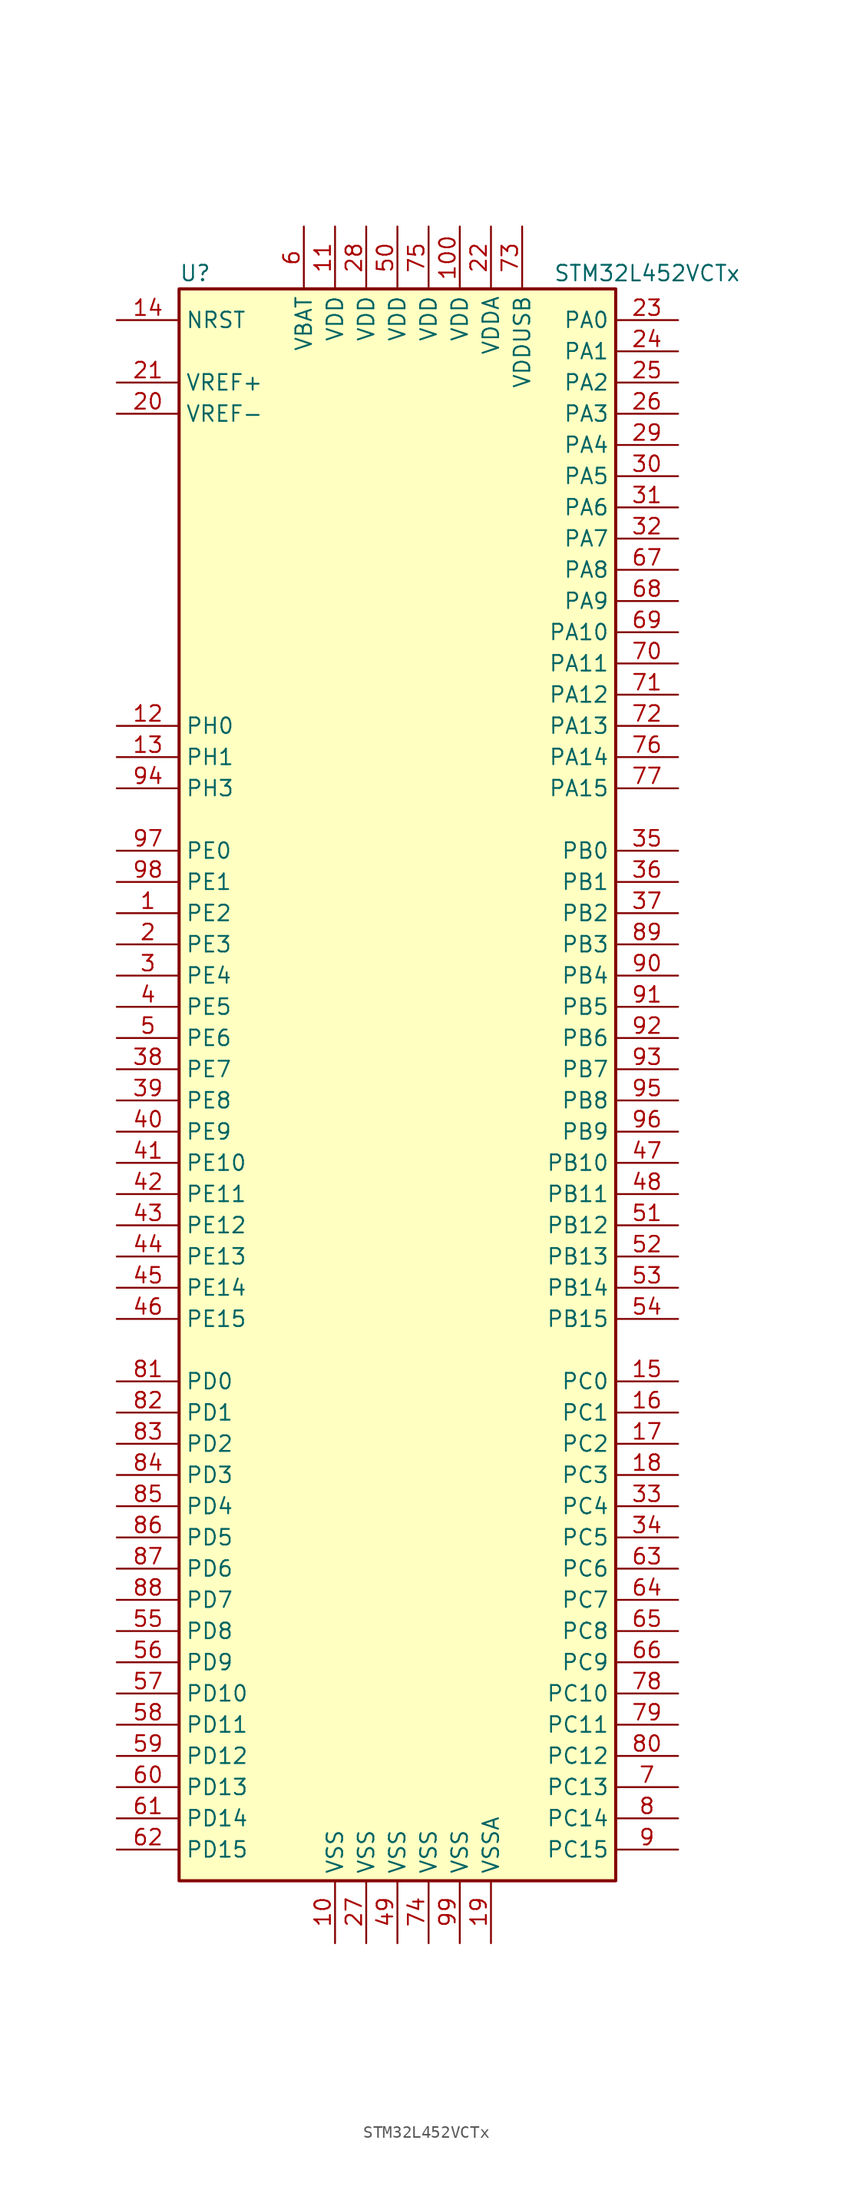
<source format=kicad_sym>
(kicad_symbol_lib
  (version 20201005)
  (generator kicad_symbol_editor)
  (symbol "STM32L452VCTx"
    (property "Reference" "U"
      (at -17.78 64.77 0)
      (effects (font (size 1.27 1.27)) (justify left)))
    (property "Value" "STM32L452VCTx"
      (at 12.7 64.77 0)
      (effects (font (size 1.27 1.27)) (justify left)))
    (symbol "STM32L452VCTx_0_1"
      (rectangle (start -17.78 -66.04) (end 17.78 63.5) (stroke (width 0.254)) (fill (type background))))
    (symbol "STM32L452VCTx_1_1"
      (pin bidirectional line (at -22.86 12.7 0) (length 5.08) (name "PE2" (effects (font (size 1.27 1.27)))) (number "1" (effects (font (size 1.27 1.27)))))
      (pin power_in line (at -5.08 -71.12 90) (length 5.08) (name "VSS" (effects (font (size 1.27 1.27)))) (number "10" (effects (font (size 1.27 1.27)))))
      (pin power_in line (at 5.08 68.58 270) (length 5.08) (name "VDD" (effects (font (size 1.27 1.27)))) (number "100" (effects (font (size 1.27 1.27)))))
      (pin power_in line (at -5.08 68.58 270) (length 5.08) (name "VDD" (effects (font (size 1.27 1.27)))) (number "11" (effects (font (size 1.27 1.27)))))
      (pin input line (at -22.86 27.94 0) (length 5.08) (name "PH0" (effects (font (size 1.27 1.27)))) (number "12" (effects (font (size 1.27 1.27)))))
      (pin input line (at -22.86 25.4 0) (length 5.08) (name "PH1" (effects (font (size 1.27 1.27)))) (number "13" (effects (font (size 1.27 1.27)))))
      (pin input line (at -22.86 60.96 0) (length 5.08) (name "NRST" (effects (font (size 1.27 1.27)))) (number "14" (effects (font (size 1.27 1.27)))))
      (pin bidirectional line (at 22.86 -25.4 180) (length 5.08) (name "PC0" (effects (font (size 1.27 1.27)))) (number "15" (effects (font (size 1.27 1.27)))))
      (pin bidirectional line (at 22.86 -27.94 180) (length 5.08) (name "PC1" (effects (font (size 1.27 1.27)))) (number "16" (effects (font (size 1.27 1.27)))))
      (pin bidirectional line (at 22.86 -30.48 180) (length 5.08) (name "PC2" (effects (font (size 1.27 1.27)))) (number "17" (effects (font (size 1.27 1.27)))))
      (pin bidirectional line (at 22.86 -33.02 180) (length 5.08) (name "PC3" (effects (font (size 1.27 1.27)))) (number "18" (effects (font (size 1.27 1.27)))))
      (pin power_in line (at 7.62 -71.12 90) (length 5.08) (name "VSSA" (effects (font (size 1.27 1.27)))) (number "19" (effects (font (size 1.27 1.27)))))
      (pin bidirectional line (at -22.86 10.16 0) (length 5.08) (name "PE3" (effects (font (size 1.27 1.27)))) (number "2" (effects (font (size 1.27 1.27)))))
      (pin power_in line (at -22.86 53.34 0) (length 5.08) (name "VREF-" (effects (font (size 1.27 1.27)))) (number "20" (effects (font (size 1.27 1.27)))))
      (pin bidirectional line (at -22.86 55.88 0) (length 5.08) (name "VREF+" (effects (font (size 1.27 1.27)))) (number "21" (effects (font (size 1.27 1.27)))))
      (pin power_in line (at 7.62 68.58 270) (length 5.08) (name "VDDA" (effects (font (size 1.27 1.27)))) (number "22" (effects (font (size 1.27 1.27)))))
      (pin bidirectional line (at 22.86 60.96 180) (length 5.08) (name "PA0" (effects (font (size 1.27 1.27)))) (number "23" (effects (font (size 1.27 1.27)))))
      (pin bidirectional line (at 22.86 58.42 180) (length 5.08) (name "PA1" (effects (font (size 1.27 1.27)))) (number "24" (effects (font (size 1.27 1.27)))))
      (pin bidirectional line (at 22.86 55.88 180) (length 5.08) (name "PA2" (effects (font (size 1.27 1.27)))) (number "25" (effects (font (size 1.27 1.27)))))
      (pin bidirectional line (at 22.86 53.34 180) (length 5.08) (name "PA3" (effects (font (size 1.27 1.27)))) (number "26" (effects (font (size 1.27 1.27)))))
      (pin power_in line (at -2.54 -71.12 90) (length 5.08) (name "VSS" (effects (font (size 1.27 1.27)))) (number "27" (effects (font (size 1.27 1.27)))))
      (pin power_in line (at -2.54 68.58 270) (length 5.08) (name "VDD" (effects (font (size 1.27 1.27)))) (number "28" (effects (font (size 1.27 1.27)))))
      (pin bidirectional line (at 22.86 50.8 180) (length 5.08) (name "PA4" (effects (font (size 1.27 1.27)))) (number "29" (effects (font (size 1.27 1.27)))))
      (pin bidirectional line (at -22.86 7.62 0) (length 5.08) (name "PE4" (effects (font (size 1.27 1.27)))) (number "3" (effects (font (size 1.27 1.27)))))
      (pin bidirectional line (at 22.86 48.26 180) (length 5.08) (name "PA5" (effects (font (size 1.27 1.27)))) (number "30" (effects (font (size 1.27 1.27)))))
      (pin bidirectional line (at 22.86 45.72 180) (length 5.08) (name "PA6" (effects (font (size 1.27 1.27)))) (number "31" (effects (font (size 1.27 1.27)))))
      (pin bidirectional line (at 22.86 43.18 180) (length 5.08) (name "PA7" (effects (font (size 1.27 1.27)))) (number "32" (effects (font (size 1.27 1.27)))))
      (pin bidirectional line (at 22.86 -35.56 180) (length 5.08) (name "PC4" (effects (font (size 1.27 1.27)))) (number "33" (effects (font (size 1.27 1.27)))))
      (pin bidirectional line (at 22.86 -38.1 180) (length 5.08) (name "PC5" (effects (font (size 1.27 1.27)))) (number "34" (effects (font (size 1.27 1.27)))))
      (pin bidirectional line (at 22.86 17.78 180) (length 5.08) (name "PB0" (effects (font (size 1.27 1.27)))) (number "35" (effects (font (size 1.27 1.27)))))
      (pin bidirectional line (at 22.86 15.24 180) (length 5.08) (name "PB1" (effects (font (size 1.27 1.27)))) (number "36" (effects (font (size 1.27 1.27)))))
      (pin bidirectional line (at 22.86 12.7 180) (length 5.08) (name "PB2" (effects (font (size 1.27 1.27)))) (number "37" (effects (font (size 1.27 1.27)))))
      (pin bidirectional line (at -22.86 0 0) (length 5.08) (name "PE7" (effects (font (size 1.27 1.27)))) (number "38" (effects (font (size 1.27 1.27)))))
      (pin bidirectional line (at -22.86 -2.54 0) (length 5.08) (name "PE8" (effects (font (size 1.27 1.27)))) (number "39" (effects (font (size 1.27 1.27)))))
      (pin bidirectional line (at -22.86 5.08 0) (length 5.08) (name "PE5" (effects (font (size 1.27 1.27)))) (number "4" (effects (font (size 1.27 1.27)))))
      (pin bidirectional line (at -22.86 -5.08 0) (length 5.08) (name "PE9" (effects (font (size 1.27 1.27)))) (number "40" (effects (font (size 1.27 1.27)))))
      (pin bidirectional line (at -22.86 -7.62 0) (length 5.08) (name "PE10" (effects (font (size 1.27 1.27)))) (number "41" (effects (font (size 1.27 1.27)))))
      (pin bidirectional line (at -22.86 -10.16 0) (length 5.08) (name "PE11" (effects (font (size 1.27 1.27)))) (number "42" (effects (font (size 1.27 1.27)))))
      (pin bidirectional line (at -22.86 -12.7 0) (length 5.08) (name "PE12" (effects (font (size 1.27 1.27)))) (number "43" (effects (font (size 1.27 1.27)))))
      (pin bidirectional line (at -22.86 -15.24 0) (length 5.08) (name "PE13" (effects (font (size 1.27 1.27)))) (number "44" (effects (font (size 1.27 1.27)))))
      (pin bidirectional line (at -22.86 -17.78 0) (length 5.08) (name "PE14" (effects (font (size 1.27 1.27)))) (number "45" (effects (font (size 1.27 1.27)))))
      (pin bidirectional line (at -22.86 -20.32 0) (length 5.08) (name "PE15" (effects (font (size 1.27 1.27)))) (number "46" (effects (font (size 1.27 1.27)))))
      (pin bidirectional line (at 22.86 -7.62 180) (length 5.08) (name "PB10" (effects (font (size 1.27 1.27)))) (number "47" (effects (font (size 1.27 1.27)))))
      (pin bidirectional line (at 22.86 -10.16 180) (length 5.08) (name "PB11" (effects (font (size 1.27 1.27)))) (number "48" (effects (font (size 1.27 1.27)))))
      (pin power_in line (at 0 -71.12 90) (length 5.08) (name "VSS" (effects (font (size 1.27 1.27)))) (number "49" (effects (font (size 1.27 1.27)))))
      (pin bidirectional line (at -22.86 2.54 0) (length 5.08) (name "PE6" (effects (font (size 1.27 1.27)))) (number "5" (effects (font (size 1.27 1.27)))))
      (pin power_in line (at 0 68.58 270) (length 5.08) (name "VDD" (effects (font (size 1.27 1.27)))) (number "50" (effects (font (size 1.27 1.27)))))
      (pin bidirectional line (at 22.86 -12.7 180) (length 5.08) (name "PB12" (effects (font (size 1.27 1.27)))) (number "51" (effects (font (size 1.27 1.27)))))
      (pin bidirectional line (at 22.86 -15.24 180) (length 5.08) (name "PB13" (effects (font (size 1.27 1.27)))) (number "52" (effects (font (size 1.27 1.27)))))
      (pin bidirectional line (at 22.86 -17.78 180) (length 5.08) (name "PB14" (effects (font (size 1.27 1.27)))) (number "53" (effects (font (size 1.27 1.27)))))
      (pin bidirectional line (at 22.86 -20.32 180) (length 5.08) (name "PB15" (effects (font (size 1.27 1.27)))) (number "54" (effects (font (size 1.27 1.27)))))
      (pin bidirectional line (at -22.86 -45.72 0) (length 5.08) (name "PD8" (effects (font (size 1.27 1.27)))) (number "55" (effects (font (size 1.27 1.27)))))
      (pin bidirectional line (at -22.86 -48.26 0) (length 5.08) (name "PD9" (effects (font (size 1.27 1.27)))) (number "56" (effects (font (size 1.27 1.27)))))
      (pin bidirectional line (at -22.86 -50.8 0) (length 5.08) (name "PD10" (effects (font (size 1.27 1.27)))) (number "57" (effects (font (size 1.27 1.27)))))
      (pin bidirectional line (at -22.86 -53.34 0) (length 5.08) (name "PD11" (effects (font (size 1.27 1.27)))) (number "58" (effects (font (size 1.27 1.27)))))
      (pin bidirectional line (at -22.86 -55.88 0) (length 5.08) (name "PD12" (effects (font (size 1.27 1.27)))) (number "59" (effects (font (size 1.27 1.27)))))
      (pin power_in line (at -7.62 68.58 270) (length 5.08) (name "VBAT" (effects (font (size 1.27 1.27)))) (number "6" (effects (font (size 1.27 1.27)))))
      (pin bidirectional line (at -22.86 -58.42 0) (length 5.08) (name "PD13" (effects (font (size 1.27 1.27)))) (number "60" (effects (font (size 1.27 1.27)))))
      (pin bidirectional line (at -22.86 -60.96 0) (length 5.08) (name "PD14" (effects (font (size 1.27 1.27)))) (number "61" (effects (font (size 1.27 1.27)))))
      (pin bidirectional line (at -22.86 -63.5 0) (length 5.08) (name "PD15" (effects (font (size 1.27 1.27)))) (number "62" (effects (font (size 1.27 1.27)))))
      (pin bidirectional line (at 22.86 -40.64 180) (length 5.08) (name "PC6" (effects (font (size 1.27 1.27)))) (number "63" (effects (font (size 1.27 1.27)))))
      (pin bidirectional line (at 22.86 -43.18 180) (length 5.08) (name "PC7" (effects (font (size 1.27 1.27)))) (number "64" (effects (font (size 1.27 1.27)))))
      (pin bidirectional line (at 22.86 -45.72 180) (length 5.08) (name "PC8" (effects (font (size 1.27 1.27)))) (number "65" (effects (font (size 1.27 1.27)))))
      (pin bidirectional line (at 22.86 -48.26 180) (length 5.08) (name "PC9" (effects (font (size 1.27 1.27)))) (number "66" (effects (font (size 1.27 1.27)))))
      (pin bidirectional line (at 22.86 40.64 180) (length 5.08) (name "PA8" (effects (font (size 1.27 1.27)))) (number "67" (effects (font (size 1.27 1.27)))))
      (pin bidirectional line (at 22.86 38.1 180) (length 5.08) (name "PA9" (effects (font (size 1.27 1.27)))) (number "68" (effects (font (size 1.27 1.27)))))
      (pin bidirectional line (at 22.86 35.56 180) (length 5.08) (name "PA10" (effects (font (size 1.27 1.27)))) (number "69" (effects (font (size 1.27 1.27)))))
      (pin bidirectional line (at 22.86 -58.42 180) (length 5.08) (name "PC13" (effects (font (size 1.27 1.27)))) (number "7" (effects (font (size 1.27 1.27)))))
      (pin bidirectional line (at 22.86 33.02 180) (length 5.08) (name "PA11" (effects (font (size 1.27 1.27)))) (number "70" (effects (font (size 1.27 1.27)))))
      (pin bidirectional line (at 22.86 30.48 180) (length 5.08) (name "PA12" (effects (font (size 1.27 1.27)))) (number "71" (effects (font (size 1.27 1.27)))))
      (pin bidirectional line (at 22.86 27.94 180) (length 5.08) (name "PA13" (effects (font (size 1.27 1.27)))) (number "72" (effects (font (size 1.27 1.27)))))
      (pin power_in line (at 10.16 68.58 270) (length 5.08) (name "VDDUSB" (effects (font (size 1.27 1.27)))) (number "73" (effects (font (size 1.27 1.27)))))
      (pin power_in line (at 2.54 -71.12 90) (length 5.08) (name "VSS" (effects (font (size 1.27 1.27)))) (number "74" (effects (font (size 1.27 1.27)))))
      (pin power_in line (at 2.54 68.58 270) (length 5.08) (name "VDD" (effects (font (size 1.27 1.27)))) (number "75" (effects (font (size 1.27 1.27)))))
      (pin bidirectional line (at 22.86 25.4 180) (length 5.08) (name "PA14" (effects (font (size 1.27 1.27)))) (number "76" (effects (font (size 1.27 1.27)))))
      (pin bidirectional line (at 22.86 22.86 180) (length 5.08) (name "PA15" (effects (font (size 1.27 1.27)))) (number "77" (effects (font (size 1.27 1.27)))))
      (pin bidirectional line (at 22.86 -50.8 180) (length 5.08) (name "PC10" (effects (font (size 1.27 1.27)))) (number "78" (effects (font (size 1.27 1.27)))))
      (pin bidirectional line (at 22.86 -53.34 180) (length 5.08) (name "PC11" (effects (font (size 1.27 1.27)))) (number "79" (effects (font (size 1.27 1.27)))))
      (pin bidirectional line (at 22.86 -60.96 180) (length 5.08) (name "PC14" (effects (font (size 1.27 1.27)))) (number "8" (effects (font (size 1.27 1.27)))))
      (pin bidirectional line (at 22.86 -55.88 180) (length 5.08) (name "PC12" (effects (font (size 1.27 1.27)))) (number "80" (effects (font (size 1.27 1.27)))))
      (pin bidirectional line (at -22.86 -25.4 0) (length 5.08) (name "PD0" (effects (font (size 1.27 1.27)))) (number "81" (effects (font (size 1.27 1.27)))))
      (pin bidirectional line (at -22.86 -27.94 0) (length 5.08) (name "PD1" (effects (font (size 1.27 1.27)))) (number "82" (effects (font (size 1.27 1.27)))))
      (pin bidirectional line (at -22.86 -30.48 0) (length 5.08) (name "PD2" (effects (font (size 1.27 1.27)))) (number "83" (effects (font (size 1.27 1.27)))))
      (pin bidirectional line (at -22.86 -33.02 0) (length 5.08) (name "PD3" (effects (font (size 1.27 1.27)))) (number "84" (effects (font (size 1.27 1.27)))))
      (pin bidirectional line (at -22.86 -35.56 0) (length 5.08) (name "PD4" (effects (font (size 1.27 1.27)))) (number "85" (effects (font (size 1.27 1.27)))))
      (pin bidirectional line (at -22.86 -38.1 0) (length 5.08) (name "PD5" (effects (font (size 1.27 1.27)))) (number "86" (effects (font (size 1.27 1.27)))))
      (pin bidirectional line (at -22.86 -40.64 0) (length 5.08) (name "PD6" (effects (font (size 1.27 1.27)))) (number "87" (effects (font (size 1.27 1.27)))))
      (pin bidirectional line (at -22.86 -43.18 0) (length 5.08) (name "PD7" (effects (font (size 1.27 1.27)))) (number "88" (effects (font (size 1.27 1.27)))))
      (pin bidirectional line (at 22.86 10.16 180) (length 5.08) (name "PB3" (effects (font (size 1.27 1.27)))) (number "89" (effects (font (size 1.27 1.27)))))
      (pin bidirectional line (at 22.86 -63.5 180) (length 5.08) (name "PC15" (effects (font (size 1.27 1.27)))) (number "9" (effects (font (size 1.27 1.27)))))
      (pin bidirectional line (at 22.86 7.62 180) (length 5.08) (name "PB4" (effects (font (size 1.27 1.27)))) (number "90" (effects (font (size 1.27 1.27)))))
      (pin bidirectional line (at 22.86 5.08 180) (length 5.08) (name "PB5" (effects (font (size 1.27 1.27)))) (number "91" (effects (font (size 1.27 1.27)))))
      (pin bidirectional line (at 22.86 2.54 180) (length 5.08) (name "PB6" (effects (font (size 1.27 1.27)))) (number "92" (effects (font (size 1.27 1.27)))))
      (pin bidirectional line (at 22.86 0 180) (length 5.08) (name "PB7" (effects (font (size 1.27 1.27)))) (number "93" (effects (font (size 1.27 1.27)))))
      (pin bidirectional line (at -22.86 22.86 0) (length 5.08) (name "PH3" (effects (font (size 1.27 1.27)))) (number "94" (effects (font (size 1.27 1.27)))))
      (pin bidirectional line (at 22.86 -2.54 180) (length 5.08) (name "PB8" (effects (font (size 1.27 1.27)))) (number "95" (effects (font (size 1.27 1.27)))))
      (pin bidirectional line (at 22.86 -5.08 180) (length 5.08) (name "PB9" (effects (font (size 1.27 1.27)))) (number "96" (effects (font (size 1.27 1.27)))))
      (pin bidirectional line (at -22.86 17.78 0) (length 5.08) (name "PE0" (effects (font (size 1.27 1.27)))) (number "97" (effects (font (size 1.27 1.27)))))
      (pin bidirectional line (at -22.86 15.24 0) (length 5.08) (name "PE1" (effects (font (size 1.27 1.27)))) (number "98" (effects (font (size 1.27 1.27)))))
      (pin power_in line (at 5.08 -71.12 90) (length 5.08) (name "VSS" (effects (font (size 1.27 1.27)))) (number "99" (effects (font (size 1.27 1.27))))))))
</source>
